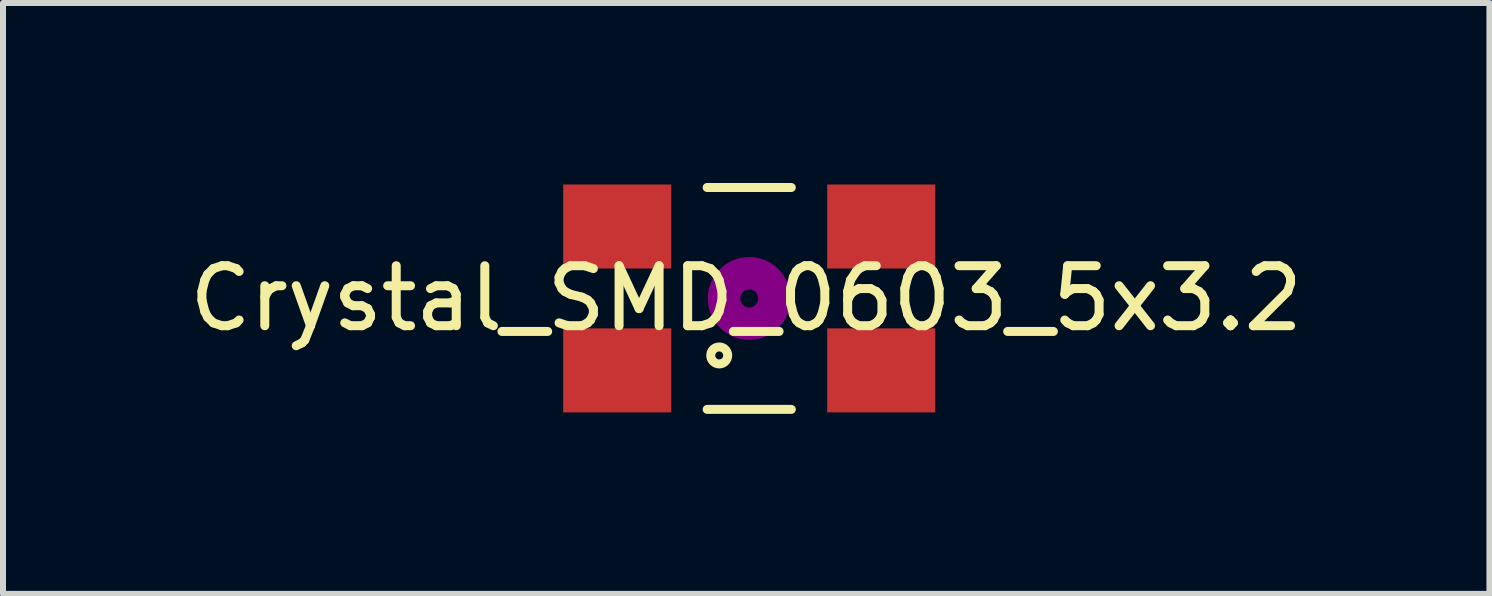
<source format=kicad_pcb>
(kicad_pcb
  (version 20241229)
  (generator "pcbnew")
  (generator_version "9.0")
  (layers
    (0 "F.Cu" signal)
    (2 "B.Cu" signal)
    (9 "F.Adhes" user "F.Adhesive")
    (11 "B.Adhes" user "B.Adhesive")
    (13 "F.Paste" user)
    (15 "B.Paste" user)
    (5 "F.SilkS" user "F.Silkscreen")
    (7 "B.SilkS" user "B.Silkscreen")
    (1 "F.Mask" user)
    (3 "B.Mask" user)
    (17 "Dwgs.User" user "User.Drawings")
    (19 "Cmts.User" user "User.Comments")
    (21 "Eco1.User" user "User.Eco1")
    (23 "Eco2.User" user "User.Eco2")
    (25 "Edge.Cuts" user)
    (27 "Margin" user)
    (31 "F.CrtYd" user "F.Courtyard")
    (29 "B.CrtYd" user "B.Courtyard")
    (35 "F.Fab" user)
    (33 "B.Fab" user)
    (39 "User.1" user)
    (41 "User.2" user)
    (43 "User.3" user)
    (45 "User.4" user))
  (footprint "Crystal_SMD_0603_5x3.2"
    (layer "F.Cu")
    (at 9.437 1.924)
    (property "Reference" "Crystal_SMD_0603_5x3.2" (at -0.05 0 0) (layer "F.SilkS") (effects (font (size 1 1) (thickness 0.15))))
    (attr smd)
    (fp_line (start -0.701 -1.849) (end 0.701 -1.849) (stroke (width 0.15) (type solid)) (layer "F.SilkS"))
    (fp_line (start 0.701 1.849) (end -0.701 1.849) (stroke (width 0.15) (type solid)) (layer "F.SilkS"))
    (fp_circle (center -0.5 0.95) (end -0.399 1.049) (stroke (width 0.15) (type solid)) (fill no) (layer "F.SilkS"))
    (fp_circle (center 0 0) (end 0.15 0) (stroke (width 0.381) (type solid)) (fill no) (layer "F.Adhes"))
    (fp_circle (center 0 0) (end 0.5 0) (stroke (width 0.381) (type solid)) (fill no) (layer "F.Adhes"))
    (pad "1" smd rect (at -2.2 1.199) (size 1.801 1.4) (layers "F.Cu" "F.Mask" "F.Paste"))
    (pad "2" smd rect (at 2.2 1.199) (size 1.801 1.4) (layers "F.Cu" "F.Mask" "F.Paste"))
    (pad "3" smd rect (at 2.2 -1.199) (size 1.801 1.4) (layers "F.Cu" "F.Mask" "F.Paste"))
    (pad "4" smd rect (at -2.2 -1.199) (size 1.801 1.4) (layers "F.Cu" "F.Mask" "F.Paste")))
  (gr_rect
    (start -3 -3)
    (end 21.774 6.848)
    (stroke (width 0.1) (type default))
    (fill no)
    (layer "Edge.Cuts")))
</source>
